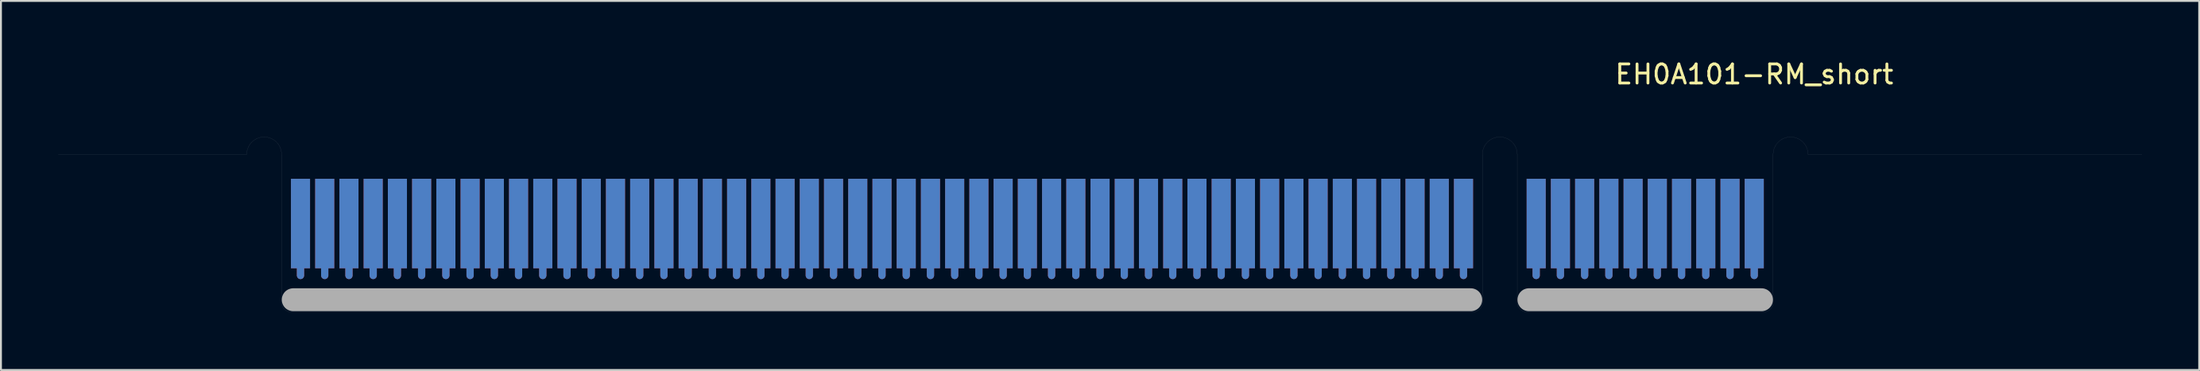
<source format=kicad_pcb>
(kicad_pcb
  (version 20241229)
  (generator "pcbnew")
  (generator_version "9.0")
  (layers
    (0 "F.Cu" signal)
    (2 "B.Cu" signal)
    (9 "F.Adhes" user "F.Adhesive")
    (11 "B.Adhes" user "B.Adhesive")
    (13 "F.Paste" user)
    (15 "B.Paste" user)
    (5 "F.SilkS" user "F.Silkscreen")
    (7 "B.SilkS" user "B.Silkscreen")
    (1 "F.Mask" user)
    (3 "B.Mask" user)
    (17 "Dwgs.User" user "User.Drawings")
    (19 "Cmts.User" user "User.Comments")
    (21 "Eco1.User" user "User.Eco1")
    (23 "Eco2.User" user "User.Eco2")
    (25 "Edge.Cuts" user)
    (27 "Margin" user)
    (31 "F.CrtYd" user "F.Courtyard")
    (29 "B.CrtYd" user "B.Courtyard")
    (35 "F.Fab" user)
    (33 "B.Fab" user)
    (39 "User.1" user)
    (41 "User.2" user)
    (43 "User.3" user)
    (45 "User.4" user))
  (footprint "EH0A101-RM_short"
    (layer "F.Cu")
    (at 88.901 5.048)
    (property "Reference" "EH0A101-RM_short" (at 0 -4.2 0) (layer "F.SilkS") (effects (font (size 1 1) (thickness 0.15))))
    (attr exclude_from_pos_files exclude_from_bom)
    (fp_poly (pts (xy 1.27 1.27) (xy 1.27 8.255) (xy -77.47 8.255) (xy -77.47 1.27)) (stroke (width 0.1) (type solid)) (fill yes) (layer "F.Mask"))
    (fp_poly (pts (xy 1.27 8.255) (xy 1.27 1.27) (xy -77.47 1.27) (xy -77.47 8.255)) (stroke (width 0.1) (type solid)) (fill yes) (layer "B.Mask"))
    (fp_line (start -79.019 0) (end -88.9 0) (stroke (width 0.003) (type solid)) (layer "Dwgs.User"))
    (fp_line (start -77.191 0) (end -77.191 7.772) (stroke (width 0.003) (type solid)) (layer "Dwgs.User"))
    (fp_line (start -14.732 8.255) (end -76.708 8.255) (stroke (width 0.003) (type solid)) (layer "Dwgs.User"))
    (fp_line (start -14.249 0) (end -14.249 7.772) (stroke (width 0.003) (type solid)) (layer "Dwgs.User"))
    (fp_line (start -12.421 0) (end -12.421 7.772) (stroke (width 0.003) (type solid)) (layer "Dwgs.User"))
    (fp_line (start 0.508 8.255) (end -11.938 8.255) (stroke (width 0.003) (type solid)) (layer "Dwgs.User"))
    (fp_line (start 0.991 0) (end 0.991 7.772) (stroke (width 0.003) (type solid)) (layer "Dwgs.User"))
    (fp_line (start 20.32 0) (end 2.819 0) (stroke (width 0.003) (type solid)) (layer "Dwgs.User"))
    (fp_arc (start -79.0194 0) (mid -78.105 -0.9144) (end -77.1906 0) (stroke (width 0.00254) (type solid)) (layer "Dwgs.User"))
    (fp_arc (start -76.708 8.255) (mid -77.04925 8.11365) (end -77.1906 7.7724) (stroke (width 0.00254) (type solid)) (layer "Dwgs.User"))
    (fp_arc (start -14.2494 0) (mid -13.335 -0.9144) (end -12.4206 0) (stroke (width 0.00254) (type solid)) (layer "Dwgs.User"))
    (fp_arc (start -14.2494 7.7724) (mid -14.39075 8.11365) (end -14.732 8.255) (stroke (width 0.00254) (type solid)) (layer "Dwgs.User"))
    (fp_arc (start -11.938 8.255) (mid -12.27925 8.11365) (end -12.4206 7.7724) (stroke (width 0.00254) (type solid)) (layer "Dwgs.User"))
    (fp_arc (start 0.9906 0) (mid 1.905 -0.9144) (end 2.8194 0) (stroke (width 0.00254) (type solid)) (layer "Dwgs.User"))
    (fp_arc (start 0.9906 7.7724) (mid 0.84925 8.11365) (end 0.508 8.255) (stroke (width 0.00254) (type solid)) (layer "Dwgs.User"))
    (fp_line (start -76.581 7.62) (end -14.859 7.62) (stroke (width 1.2) (type solid)) (layer "F.Fab"))
    (fp_line (start -11.811 7.62) (end 0.381 7.62) (stroke (width 1.2) (type solid)) (layer "F.Fab"))
    (pad "A1" smd custom (at 0 1.778) (size 1 1) (layers "F.Cu" "F.Mask") (options (anchor rect)) (primitives (gr_line (start 0 0) (end 0 4.572) (width 0.381)) (gr_poly (pts (xy -0.5 -0.5) (xy 0.5 -0.5) (xy 0.5 4.191) (xy -0.5 4.191)) (width 0) (fill yes))))
    (pad "A2" smd custom (at -2.54 1.778) (size 1 1) (layers "F.Cu" "F.Mask") (options (anchor rect)) (primitives (gr_line (start 0 0) (end 0 4.572) (width 0.381)) (gr_poly (pts (xy -0.5 -0.5) (xy 0.5 -0.5) (xy 0.5 4.191) (xy -0.5 4.191)) (width 0) (fill yes))))
    (pad "A3" smd custom (at -5.08 1.778) (size 1 1) (layers "F.Cu" "F.Mask") (options (anchor rect)) (primitives (gr_line (start 0 0) (end 0 4.572) (width 0.381)) (gr_poly (pts (xy -0.5 -0.5) (xy 0.5 -0.5) (xy 0.5 4.191) (xy -0.5 4.191)) (width 0) (fill yes))))
    (pad "A4" smd custom (at -7.62 1.778) (size 1 1) (layers "F.Cu" "F.Mask") (options (anchor rect)) (primitives (gr_line (start 0 0) (end 0 4.572) (width 0.381)) (gr_poly (pts (xy -0.5 -0.5) (xy 0.5 -0.5) (xy 0.5 4.191) (xy -0.5 4.191)) (width 0) (fill yes))))
    (pad "A5" smd custom (at -10.16 1.778) (size 1 1) (layers "F.Cu" "F.Mask") (options (anchor rect)) (primitives (gr_line (start 0 0) (end 0 4.572) (width 0.381)) (gr_poly (pts (xy -0.5 -0.5) (xy 0.5 -0.5) (xy 0.5 4.191) (xy -0.5 4.191)) (width 0) (fill yes))))
    (pad "A6" smd custom (at -15.24 1.778) (size 1 1) (layers "F.Cu" "F.Mask") (options (anchor rect)) (primitives (gr_line (start 0 0) (end 0 4.572) (width 0.381)) (gr_poly (pts (xy -0.5 -0.5) (xy 0.5 -0.5) (xy 0.5 4.191) (xy -0.5 4.191)) (width 0) (fill yes))))
    (pad "A7" smd custom (at -17.78 1.778) (size 1 1) (layers "F.Cu" "F.Mask") (options (anchor rect)) (primitives (gr_line (start 0 0) (end 0 4.572) (width 0.381)) (gr_poly (pts (xy -0.5 -0.5) (xy 0.5 -0.5) (xy 0.5 4.191) (xy -0.5 4.191)) (width 0) (fill yes))))
    (pad "A8" smd custom (at -20.32 1.778) (size 1 1) (layers "F.Cu" "F.Mask") (options (anchor rect)) (primitives (gr_line (start 0 0) (end 0 4.572) (width 0.381)) (gr_poly (pts (xy -0.5 -0.5) (xy 0.5 -0.5) (xy 0.5 4.191) (xy -0.5 4.191)) (width 0) (fill yes))))
    (pad "A9" smd custom (at -22.86 1.778) (size 1 1) (layers "F.Cu" "F.Mask") (options (anchor rect)) (primitives (gr_line (start 0 0) (end 0 4.572) (width 0.381)) (gr_poly (pts (xy -0.5 -0.5) (xy 0.5 -0.5) (xy 0.5 4.191) (xy -0.5 4.191)) (width 0) (fill yes))))
    (pad "A10" smd custom (at -25.4 1.778) (size 1 1) (layers "F.Cu" "F.Mask") (options (anchor rect)) (primitives (gr_line (start 0 0) (end 0 4.572) (width 0.381)) (gr_poly (pts (xy -0.5 -0.5) (xy 0.5 -0.5) (xy 0.5 4.191) (xy -0.5 4.191)) (width 0) (fill yes))))
    (pad "A11" smd custom (at -27.94 1.778) (size 1 1) (layers "F.Cu" "F.Mask") (options (anchor rect)) (primitives (gr_line (start 0 0) (end 0 4.572) (width 0.381)) (gr_poly (pts (xy -0.5 -0.5) (xy 0.5 -0.5) (xy 0.5 4.191) (xy -0.5 4.191)) (width 0) (fill yes))))
    (pad "A12" smd custom (at -30.48 1.778) (size 1 1) (layers "F.Cu" "F.Mask") (options (anchor rect)) (primitives (gr_line (start 0 0) (end 0 4.572) (width 0.381)) (gr_poly (pts (xy -0.5 -0.5) (xy 0.5 -0.5) (xy 0.5 4.191) (xy -0.5 4.191)) (width 0) (fill yes))))
    (pad "A13" smd custom (at -33.02 1.778) (size 1 1) (layers "F.Cu" "F.Mask") (options (anchor rect)) (primitives (gr_line (start 0 0) (end 0 4.572) (width 0.381)) (gr_poly (pts (xy -0.5 -0.5) (xy 0.5 -0.5) (xy 0.5 4.191) (xy -0.5 4.191)) (width 0) (fill yes))))
    (pad "A14" smd custom (at -35.56 1.778) (size 1 1) (layers "F.Cu" "F.Mask") (options (anchor rect)) (primitives (gr_line (start 0 0) (end 0 4.572) (width 0.381)) (gr_poly (pts (xy -0.5 -0.5) (xy 0.5 -0.5) (xy 0.5 4.191) (xy -0.5 4.191)) (width 0) (fill yes))))
    (pad "A15" smd custom (at -38.1 1.778) (size 1 1) (layers "F.Cu" "F.Mask") (options (anchor rect)) (primitives (gr_line (start 0 0) (end 0 4.572) (width 0.381)) (gr_poly (pts (xy -0.5 -0.5) (xy 0.5 -0.5) (xy 0.5 4.191) (xy -0.5 4.191)) (width 0) (fill yes))))
    (pad "A16" smd custom (at -40.64 1.778) (size 1 1) (layers "F.Cu" "F.Mask") (options (anchor rect)) (primitives (gr_line (start 0 0) (end 0 4.572) (width 0.381)) (gr_poly (pts (xy -0.5 -0.5) (xy 0.5 -0.5) (xy 0.5 4.191) (xy -0.5 4.191)) (width 0) (fill yes))))
    (pad "A17" smd custom (at -43.18 1.778) (size 1 1) (layers "F.Cu" "F.Mask") (options (anchor rect)) (primitives (gr_line (start 0 0) (end 0 4.572) (width 0.381)) (gr_poly (pts (xy -0.5 -0.5) (xy 0.5 -0.5) (xy 0.5 4.191) (xy -0.5 4.191)) (width 0) (fill yes))))
    (pad "A18" smd custom (at -45.72 1.778) (size 1 1) (layers "F.Cu" "F.Mask") (options (anchor rect)) (primitives (gr_line (start 0 0) (end 0 4.572) (width 0.381)) (gr_poly (pts (xy -0.5 -0.5) (xy 0.5 -0.5) (xy 0.5 4.191) (xy -0.5 4.191)) (width 0) (fill yes))))
    (pad "A19" smd custom (at -48.26 1.778) (size 1 1) (layers "F.Cu" "F.Mask") (options (anchor rect)) (primitives (gr_line (start 0 0) (end 0 4.572) (width 0.381)) (gr_poly (pts (xy -0.5 -0.5) (xy 0.5 -0.5) (xy 0.5 4.191) (xy -0.5 4.191)) (width 0) (fill yes))))
    (pad "A20" smd custom (at -50.8 1.778) (size 1 1) (layers "F.Cu" "F.Mask") (options (anchor rect)) (primitives (gr_line (start 0 0) (end 0 4.572) (width 0.381)) (gr_poly (pts (xy -0.5 -0.5) (xy 0.5 -0.5) (xy 0.5 4.191) (xy -0.5 4.191)) (width 0) (fill yes))))
    (pad "A21" smd custom (at -53.34 1.778) (size 1 1) (layers "F.Cu" "F.Mask") (options (anchor rect)) (primitives (gr_line (start 0 0) (end 0 4.572) (width 0.381)) (gr_poly (pts (xy -0.5 -0.5) (xy 0.5 -0.5) (xy 0.5 4.191) (xy -0.5 4.191)) (width 0) (fill yes))))
    (pad "A22" smd custom (at -55.88 1.778) (size 1 1) (layers "F.Cu" "F.Mask") (options (anchor rect)) (primitives (gr_line (start 0 0) (end 0 4.572) (width 0.381)) (gr_poly (pts (xy -0.5 -0.5) (xy 0.5 -0.5) (xy 0.5 4.191) (xy -0.5 4.191)) (width 0) (fill yes))))
    (pad "A23" smd custom (at -58.42 1.778) (size 1 1) (layers "F.Cu" "F.Mask") (options (anchor rect)) (primitives (gr_line (start 0 0) (end 0 4.572) (width 0.381)) (gr_poly (pts (xy -0.5 -0.5) (xy 0.5 -0.5) (xy 0.5 4.191) (xy -0.5 4.191)) (width 0) (fill yes))))
    (pad "A24" smd custom (at -60.96 1.778) (size 1 1) (layers "F.Cu" "F.Mask") (options (anchor rect)) (primitives (gr_line (start 0 0) (end 0 4.572) (width 0.381)) (gr_poly (pts (xy -0.5 -0.5) (xy 0.5 -0.5) (xy 0.5 4.191) (xy -0.5 4.191)) (width 0) (fill yes))))
    (pad "A25" smd custom (at -63.5 1.778) (size 1 1) (layers "F.Cu" "F.Mask") (options (anchor rect)) (primitives (gr_line (start 0 0) (end 0 4.572) (width 0.381)) (gr_poly (pts (xy -0.5 -0.5) (xy 0.5 -0.5) (xy 0.5 4.191) (xy -0.5 4.191)) (width 0) (fill yes))))
    (pad "A26" smd custom (at -66.04 1.778) (size 1 1) (layers "F.Cu" "F.Mask") (options (anchor rect)) (primitives (gr_line (start 0 0) (end 0 4.572) (width 0.381)) (gr_poly (pts (xy -0.5 -0.5) (xy 0.5 -0.5) (xy 0.5 4.191) (xy -0.5 4.191)) (width 0) (fill yes))))
    (pad "A27" smd custom (at -68.58 1.778) (size 1 1) (layers "F.Cu" "F.Mask") (options (anchor rect)) (primitives (gr_line (start 0 0) (end 0 4.572) (width 0.381)) (gr_poly (pts (xy -0.5 -0.5) (xy 0.5 -0.5) (xy 0.5 4.191) (xy -0.5 4.191)) (width 0) (fill yes))))
    (pad "A28" smd custom (at -71.12 1.778) (size 1 1) (layers "F.Cu" "F.Mask") (options (anchor rect)) (primitives (gr_line (start 0 0) (end 0 4.572) (width 0.381)) (gr_poly (pts (xy -0.5 -0.5) (xy 0.5 -0.5) (xy 0.5 4.191) (xy -0.5 4.191)) (width 0) (fill yes))))
    (pad "A29" smd custom (at -73.66 1.778) (size 1 1) (layers "F.Cu" "F.Mask") (options (anchor rect)) (primitives (gr_line (start 0 0) (end 0 4.572) (width 0.381)) (gr_poly (pts (xy -0.5 -0.5) (xy 0.5 -0.5) (xy 0.5 4.191) (xy -0.5 4.191)) (width 0) (fill yes))))
    (pad "A30" smd custom (at -76.2 1.778) (size 1 1) (layers "F.Cu" "F.Mask") (options (anchor rect)) (primitives (gr_line (start 0 0) (end 0 4.572) (width 0.381)) (gr_poly (pts (xy -0.5 -0.5) (xy 0.5 -0.5) (xy 0.5 4.191) (xy -0.5 4.191)) (width 0) (fill yes))))
    (pad "B1" smd custom (at -1.27 1.778) (size 1 1) (layers "B.Cu" "B.Mask") (options (anchor rect)) (primitives (gr_line (start 0 0) (end 0 4.572) (width 0.381)) (gr_poly (pts (xy -0.5 -0.5) (xy 0.5 -0.5) (xy 0.5 4.191) (xy -0.5 4.191)) (width 0) (fill yes))))
    (pad "B2" smd custom (at -3.81 1.778) (size 1 1) (layers "B.Cu" "B.Mask") (options (anchor rect)) (primitives (gr_line (start 0 0) (end 0 4.572) (width 0.381)) (gr_poly (pts (xy -0.5 -0.5) (xy 0.5 -0.5) (xy 0.5 4.191) (xy -0.5 4.191)) (width 0) (fill yes))))
    (pad "B3" smd custom (at -6.35 1.778) (size 1 1) (layers "B.Cu" "B.Mask") (options (anchor rect)) (primitives (gr_line (start 0 0) (end 0 4.572) (width 0.381)) (gr_poly (pts (xy -0.5 -0.5) (xy 0.5 -0.5) (xy 0.5 4.191) (xy -0.5 4.191)) (width 0) (fill yes))))
    (pad "B4" smd custom (at -8.89 1.778) (size 1 1) (layers "B.Cu" "B.Mask") (options (anchor rect)) (primitives (gr_line (start 0 0) (end 0 4.572) (width 0.381)) (gr_poly (pts (xy -0.5 -0.5) (xy 0.5 -0.5) (xy 0.5 4.191) (xy -0.5 4.191)) (width 0) (fill yes))))
    (pad "B5" smd custom (at -11.43 1.778) (size 1 1) (layers "B.Cu" "B.Mask") (options (anchor rect)) (primitives (gr_line (start 0 0) (end 0 4.572) (width 0.381)) (gr_poly (pts (xy -0.5 -0.5) (xy 0.5 -0.5) (xy 0.5 4.191) (xy -0.5 4.191)) (width 0) (fill yes))))
    (pad "B6" smd custom (at -16.51 1.778) (size 1 1) (layers "B.Cu" "B.Mask") (options (anchor rect)) (primitives (gr_line (start 0 0) (end 0 4.572) (width 0.381)) (gr_poly (pts (xy -0.5 -0.5) (xy 0.5 -0.5) (xy 0.5 4.191) (xy -0.5 4.191)) (width 0) (fill yes))))
    (pad "B7" smd custom (at -19.05 1.778) (size 1 1) (layers "B.Cu" "B.Mask") (options (anchor rect)) (primitives (gr_line (start 0 0) (end 0 4.572) (width 0.381)) (gr_poly (pts (xy -0.5 -0.5) (xy 0.5 -0.5) (xy 0.5 4.191) (xy -0.5 4.191)) (width 0) (fill yes))))
    (pad "B8" smd custom (at -21.59 1.778) (size 1 1) (layers "B.Cu" "B.Mask") (options (anchor rect)) (primitives (gr_line (start 0 0) (end 0 4.572) (width 0.381)) (gr_poly (pts (xy -0.5 -0.5) (xy 0.5 -0.5) (xy 0.5 4.191) (xy -0.5 4.191)) (width 0) (fill yes))))
    (pad "B9" smd custom (at -24.13 1.778) (size 1 1) (layers "B.Cu" "B.Mask") (options (anchor rect)) (primitives (gr_line (start 0 0) (end 0 4.572) (width 0.381)) (gr_poly (pts (xy -0.5 -0.5) (xy 0.5 -0.5) (xy 0.5 4.191) (xy -0.5 4.191)) (width 0) (fill yes))))
    (pad "B10" smd custom (at -26.67 1.778) (size 1 1) (layers "B.Cu" "B.Mask") (options (anchor rect)) (primitives (gr_line (start 0 0) (end 0 4.572) (width 0.381)) (gr_poly (pts (xy -0.5 -0.5) (xy 0.5 -0.5) (xy 0.5 4.191) (xy -0.5 4.191)) (width 0) (fill yes))))
    (pad "B11" smd custom (at -29.21 1.778) (size 1 1) (layers "B.Cu" "B.Mask") (options (anchor rect)) (primitives (gr_line (start 0 0) (end 0 4.572) (width 0.381)) (gr_poly (pts (xy -0.5 -0.5) (xy 0.5 -0.5) (xy 0.5 4.191) (xy -0.5 4.191)) (width 0) (fill yes))))
    (pad "B12" smd custom (at -31.75 1.778) (size 1 1) (layers "B.Cu" "B.Mask") (options (anchor rect)) (primitives (gr_line (start 0 0) (end 0 4.572) (width 0.381)) (gr_poly (pts (xy -0.5 -0.5) (xy 0.5 -0.5) (xy 0.5 4.191) (xy -0.5 4.191)) (width 0) (fill yes))))
    (pad "B13" smd custom (at -34.29 1.778) (size 1 1) (layers "B.Cu" "B.Mask") (options (anchor rect)) (primitives (gr_line (start 0 0) (end 0 4.572) (width 0.381)) (gr_poly (pts (xy -0.5 -0.5) (xy 0.5 -0.5) (xy 0.5 4.191) (xy -0.5 4.191)) (width 0) (fill yes))))
    (pad "B14" smd custom (at -36.83 1.778) (size 1 1) (layers "B.Cu" "B.Mask") (options (anchor rect)) (primitives (gr_line (start 0 0) (end 0 4.572) (width 0.381)) (gr_poly (pts (xy -0.5 -0.5) (xy 0.5 -0.5) (xy 0.5 4.191) (xy -0.5 4.191)) (width 0) (fill yes))))
    (pad "B15" smd custom (at -39.37 1.778) (size 1 1) (layers "B.Cu" "B.Mask") (options (anchor rect)) (primitives (gr_line (start 0 0) (end 0 4.572) (width 0.381)) (gr_poly (pts (xy -0.5 -0.5) (xy 0.5 -0.5) (xy 0.5 4.191) (xy -0.5 4.191)) (width 0) (fill yes))))
    (pad "B16" smd custom (at -41.91 1.778) (size 1 1) (layers "B.Cu" "B.Mask") (options (anchor rect)) (primitives (gr_line (start 0 0) (end 0 4.572) (width 0.381)) (gr_poly (pts (xy -0.5 -0.5) (xy 0.5 -0.5) (xy 0.5 4.191) (xy -0.5 4.191)) (width 0) (fill yes))))
    (pad "B17" smd custom (at -44.45 1.778) (size 1 1) (layers "B.Cu" "B.Mask") (options (anchor rect)) (primitives (gr_line (start 0 0) (end 0 4.572) (width 0.381)) (gr_poly (pts (xy -0.5 -0.5) (xy 0.5 -0.5) (xy 0.5 4.191) (xy -0.5 4.191)) (width 0) (fill yes))))
    (pad "B18" smd custom (at -46.99 1.778) (size 1 1) (layers "B.Cu" "B.Mask") (options (anchor rect)) (primitives (gr_line (start 0 0) (end 0 4.572) (width 0.381)) (gr_poly (pts (xy -0.5 -0.5) (xy 0.5 -0.5) (xy 0.5 4.191) (xy -0.5 4.191)) (width 0) (fill yes))))
    (pad "B19" smd custom (at -49.53 1.778) (size 1 1) (layers "B.Cu" "B.Mask") (options (anchor rect)) (primitives (gr_line (start 0 0) (end 0 4.572) (width 0.381)) (gr_poly (pts (xy -0.5 -0.5) (xy 0.5 -0.5) (xy 0.5 4.191) (xy -0.5 4.191)) (width 0) (fill yes))))
    (pad "B20" smd custom (at -52.07 1.778) (size 1 1) (layers "B.Cu" "B.Mask") (options (anchor rect)) (primitives (gr_line (start 0 0) (end 0 4.572) (width 0.381)) (gr_poly (pts (xy -0.5 -0.5) (xy 0.5 -0.5) (xy 0.5 4.191) (xy -0.5 4.191)) (width 0) (fill yes))))
    (pad "B21" smd custom (at -54.61 1.778) (size 1 1) (layers "B.Cu" "B.Mask") (options (anchor rect)) (primitives (gr_line (start 0 0) (end 0 4.572) (width 0.381)) (gr_poly (pts (xy -0.5 -0.5) (xy 0.5 -0.5) (xy 0.5 4.191) (xy -0.5 4.191)) (width 0) (fill yes))))
    (pad "B22" smd custom (at -57.15 1.778) (size 1 1) (layers "B.Cu" "B.Mask") (options (anchor rect)) (primitives (gr_line (start 0 0) (end 0 4.572) (width 0.381)) (gr_poly (pts (xy -0.5 -0.5) (xy 0.5 -0.5) (xy 0.5 4.191) (xy -0.5 4.191)) (width 0) (fill yes))))
    (pad "B23" smd custom (at -59.69 1.778) (size 1 1) (layers "B.Cu" "B.Mask") (options (anchor rect)) (primitives (gr_line (start 0 0) (end 0 4.572) (width 0.381)) (gr_poly (pts (xy -0.5 -0.5) (xy 0.5 -0.5) (xy 0.5 4.191) (xy -0.5 4.191)) (width 0) (fill yes))))
    (pad "B24" smd custom (at -62.23 1.778) (size 1 1) (layers "B.Cu" "B.Mask") (options (anchor rect)) (primitives (gr_line (start 0 0) (end 0 4.572) (width 0.381)) (gr_poly (pts (xy -0.5 -0.5) (xy 0.5 -0.5) (xy 0.5 4.191) (xy -0.5 4.191)) (width 0) (fill yes))))
    (pad "B25" smd custom (at -64.77 1.778) (size 1 1) (layers "B.Cu" "B.Mask") (options (anchor rect)) (primitives (gr_line (start 0 0) (end 0 4.572) (width 0.381)) (gr_poly (pts (xy -0.5 -0.5) (xy 0.5 -0.5) (xy 0.5 4.191) (xy -0.5 4.191)) (width 0) (fill yes))))
    (pad "B26" smd custom (at -67.31 1.778) (size 1 1) (layers "B.Cu" "B.Mask") (options (anchor rect)) (primitives (gr_line (start 0 0) (end 0 4.572) (width 0.381)) (gr_poly (pts (xy -0.5 -0.5) (xy 0.5 -0.5) (xy 0.5 4.191) (xy -0.5 4.191)) (width 0) (fill yes))))
    (pad "B27" smd custom (at -69.85 1.778) (size 1 1) (layers "B.Cu" "B.Mask") (options (anchor rect)) (primitives (gr_line (start 0 0) (end 0 4.572) (width 0.381)) (gr_poly (pts (xy -0.5 -0.5) (xy 0.5 -0.5) (xy 0.5 4.191) (xy -0.5 4.191)) (width 0) (fill yes))))
    (pad "B28" smd custom (at -72.39 1.778) (size 1 1) (layers "B.Cu" "B.Mask") (options (anchor rect)) (primitives (gr_line (start 0 0) (end 0 4.572) (width 0.381)) (gr_poly (pts (xy -0.5 -0.5) (xy 0.5 -0.5) (xy 0.5 4.191) (xy -0.5 4.191)) (width 0) (fill yes))))
    (pad "B29" smd custom (at -74.93 1.778) (size 1 1) (layers "B.Cu" "B.Mask") (options (anchor rect)) (primitives (gr_line (start 0 0) (end 0 4.572) (width 0.381)) (gr_poly (pts (xy -0.5 -0.5) (xy 0.5 -0.5) (xy 0.5 4.191) (xy -0.5 4.191)) (width 0) (fill yes))))
    (pad "GA1" smd custom (at 0 1.778) (size 1 1) (layers "B.Cu" "B.Mask") (options (anchor rect)) (primitives (gr_line (start 0 0) (end 0 4.572) (width 0.381)) (gr_poly (pts (xy -0.5 -0.5) (xy 0.5 -0.5) (xy 0.5 4.191) (xy -0.5 4.191)) (width 0) (fill yes))))
    (pad "GA2" smd custom (at -2.54 1.778) (size 1 1) (layers "B.Cu" "B.Mask") (options (anchor rect)) (primitives (gr_line (start 0 0) (end 0 4.572) (width 0.381)) (gr_poly (pts (xy -0.5 -0.5) (xy 0.5 -0.5) (xy 0.5 4.191) (xy -0.5 4.191)) (width 0) (fill yes))))
    (pad "GA3" smd custom (at -5.08 1.778) (size 1 1) (layers "B.Cu" "B.Mask") (options (anchor rect)) (primitives (gr_line (start 0 0) (end 0 4.572) (width 0.381)) (gr_poly (pts (xy -0.5 -0.5) (xy 0.5 -0.5) (xy 0.5 4.191) (xy -0.5 4.191)) (width 0) (fill yes))))
    (pad "GA4" smd custom (at -7.62 1.778) (size 1 1) (layers "B.Cu" "B.Mask") (options (anchor rect)) (primitives (gr_line (start 0 0) (end 0 4.572) (width 0.381)) (gr_poly (pts (xy -0.5 -0.5) (xy 0.5 -0.5) (xy 0.5 4.191) (xy -0.5 4.191)) (width 0) (fill yes))))
    (pad "GA5" smd custom (at -10.16 1.778) (size 1 1) (layers "B.Cu" "B.Mask") (options (anchor rect)) (primitives (gr_line (start 0 0) (end 0 4.572) (width 0.381)) (gr_poly (pts (xy -0.5 -0.5) (xy 0.5 -0.5) (xy 0.5 4.191) (xy -0.5 4.191)) (width 0) (fill yes))))
    (pad "GA6" smd custom (at -15.24 1.778) (size 1 1) (layers "B.Cu" "B.Mask") (options (anchor rect)) (primitives (gr_line (start 0 0) (end 0 4.572) (width 0.381)) (gr_poly (pts (xy -0.5 -0.5) (xy 0.5 -0.5) (xy 0.5 4.191) (xy -0.5 4.191)) (width 0) (fill yes))))
    (pad "GA7" smd custom (at -17.78 1.778) (size 1 1) (layers "B.Cu" "B.Mask") (options (anchor rect)) (primitives (gr_line (start 0 0) (end 0 4.572) (width 0.381)) (gr_poly (pts (xy -0.5 -0.5) (xy 0.5 -0.5) (xy 0.5 4.191) (xy -0.5 4.191)) (width 0) (fill yes))))
    (pad "GA8" smd custom (at -20.32 1.778) (size 1 1) (layers "B.Cu" "B.Mask") (options (anchor rect)) (primitives (gr_line (start 0 0) (end 0 4.572) (width 0.381)) (gr_poly (pts (xy -0.5 -0.5) (xy 0.5 -0.5) (xy 0.5 4.191) (xy -0.5 4.191)) (width 0) (fill yes))))
    (pad "GA9" smd custom (at -22.86 1.778) (size 1 1) (layers "B.Cu" "B.Mask") (options (anchor rect)) (primitives (gr_line (start 0 0) (end 0 4.572) (width 0.381)) (gr_poly (pts (xy -0.5 -0.5) (xy 0.5 -0.5) (xy 0.5 4.191) (xy -0.5 4.191)) (width 0) (fill yes))))
    (pad "GA10" smd custom (at -25.4 1.778) (size 1 1) (layers "B.Cu" "B.Mask") (options (anchor rect)) (primitives (gr_line (start 0 0) (end 0 4.572) (width 0.381)) (gr_poly (pts (xy -0.5 -0.5) (xy 0.5 -0.5) (xy 0.5 4.191) (xy -0.5 4.191)) (width 0) (fill yes))))
    (pad "GA11" smd custom (at -27.94 1.778) (size 1 1) (layers "B.Cu" "B.Mask") (options (anchor rect)) (primitives (gr_line (start 0 0) (end 0 4.572) (width 0.381)) (gr_poly (pts (xy -0.5 -0.5) (xy 0.5 -0.5) (xy 0.5 4.191) (xy -0.5 4.191)) (width 0) (fill yes))))
    (pad "GA12" smd custom (at -30.48 1.778) (size 1 1) (layers "B.Cu" "B.Mask") (options (anchor rect)) (primitives (gr_line (start 0 0) (end 0 4.572) (width 0.381)) (gr_poly (pts (xy -0.5 -0.5) (xy 0.5 -0.5) (xy 0.5 4.191) (xy -0.5 4.191)) (width 0) (fill yes))))
    (pad "GA13" smd custom (at -33.02 1.778) (size 1 1) (layers "B.Cu" "B.Mask") (options (anchor rect)) (primitives (gr_line (start 0 0) (end 0 4.572) (width 0.381)) (gr_poly (pts (xy -0.5 -0.5) (xy 0.5 -0.5) (xy 0.5 4.191) (xy -0.5 4.191)) (width 0) (fill yes))))
    (pad "GA14" smd custom (at -35.56 1.778) (size 1 1) (layers "B.Cu" "B.Mask") (options (anchor rect)) (primitives (gr_line (start 0 0) (end 0 4.572) (width 0.381)) (gr_poly (pts (xy -0.5 -0.5) (xy 0.5 -0.5) (xy 0.5 4.191) (xy -0.5 4.191)) (width 0) (fill yes))))
    (pad "GA15" smd custom (at -38.1 1.778) (size 1 1) (layers "B.Cu" "B.Mask") (options (anchor rect)) (primitives (gr_line (start 0 0) (end 0 4.572) (width 0.381)) (gr_poly (pts (xy -0.5 -0.5) (xy 0.5 -0.5) (xy 0.5 4.191) (xy -0.5 4.191)) (width 0) (fill yes))))
    (pad "GA16" smd custom (at -40.64 1.778) (size 1 1) (layers "B.Cu" "B.Mask") (options (anchor rect)) (primitives (gr_line (start 0 0) (end 0 4.572) (width 0.381)) (gr_poly (pts (xy -0.5 -0.5) (xy 0.5 -0.5) (xy 0.5 4.191) (xy -0.5 4.191)) (width 0) (fill yes))))
    (pad "GA17" smd custom (at -43.18 1.778) (size 1 1) (layers "B.Cu" "B.Mask") (options (anchor rect)) (primitives (gr_line (start 0 0) (end 0 4.572) (width 0.381)) (gr_poly (pts (xy -0.5 -0.5) (xy 0.5 -0.5) (xy 0.5 4.191) (xy -0.5 4.191)) (width 0) (fill yes))))
    (pad "GA18" smd custom (at -45.72 1.778) (size 1 1) (layers "B.Cu" "B.Mask") (options (anchor rect)) (primitives (gr_line (start 0 0) (end 0 4.572) (width 0.381)) (gr_poly (pts (xy -0.5 -0.5) (xy 0.5 -0.5) (xy 0.5 4.191) (xy -0.5 4.191)) (width 0) (fill yes))))
    (pad "GA19" smd custom (at -48.26 1.778) (size 1 1) (layers "B.Cu" "B.Mask") (options (anchor rect)) (primitives (gr_line (start 0 0) (end 0 4.572) (width 0.381)) (gr_poly (pts (xy -0.5 -0.5) (xy 0.5 -0.5) (xy 0.5 4.191) (xy -0.5 4.191)) (width 0) (fill yes))))
    (pad "GA20" smd custom (at -50.8 1.778) (size 1 1) (layers "B.Cu" "B.Mask") (options (anchor rect)) (primitives (gr_line (start 0 0) (end 0 4.572) (width 0.381)) (gr_poly (pts (xy -0.5 -0.5) (xy 0.5 -0.5) (xy 0.5 4.191) (xy -0.5 4.191)) (width 0) (fill yes))))
    (pad "GA21" smd custom (at -53.34 1.778) (size 1 1) (layers "B.Cu" "B.Mask") (options (anchor rect)) (primitives (gr_line (start 0 0) (end 0 4.572) (width 0.381)) (gr_poly (pts (xy -0.5 -0.5) (xy 0.5 -0.5) (xy 0.5 4.191) (xy -0.5 4.191)) (width 0) (fill yes))))
    (pad "GA22" smd custom (at -55.88 1.778) (size 1 1) (layers "B.Cu" "B.Mask") (options (anchor rect)) (primitives (gr_line (start 0 0) (end 0 4.572) (width 0.381)) (gr_poly (pts (xy -0.5 -0.5) (xy 0.5 -0.5) (xy 0.5 4.191) (xy -0.5 4.191)) (width 0) (fill yes))))
    (pad "GA23" smd custom (at -58.42 1.778) (size 1 1) (layers "B.Cu" "B.Mask") (options (anchor rect)) (primitives (gr_line (start 0 0) (end 0 4.572) (width 0.381)) (gr_poly (pts (xy -0.5 -0.5) (xy 0.5 -0.5) (xy 0.5 4.191) (xy -0.5 4.191)) (width 0) (fill yes))))
    (pad "GA24" smd custom (at -60.96 1.778) (size 1 1) (layers "B.Cu" "B.Mask") (options (anchor rect)) (primitives (gr_line (start 0 0) (end 0 4.572) (width 0.381)) (gr_poly (pts (xy -0.5 -0.5) (xy 0.5 -0.5) (xy 0.5 4.191) (xy -0.5 4.191)) (width 0) (fill yes))))
    (pad "GA25" smd custom (at -63.5 1.778) (size 1 1) (layers "B.Cu" "B.Mask") (options (anchor rect)) (primitives (gr_line (start 0 0) (end 0 4.572) (width 0.381)) (gr_poly (pts (xy -0.5 -0.5) (xy 0.5 -0.5) (xy 0.5 4.191) (xy -0.5 4.191)) (width 0) (fill yes))))
    (pad "GA26" smd custom (at -66.04 1.778) (size 1 1) (layers "B.Cu" "B.Mask") (options (anchor rect)) (primitives (gr_line (start 0 0) (end 0 4.572) (width 0.381)) (gr_poly (pts (xy -0.5 -0.5) (xy 0.5 -0.5) (xy 0.5 4.191) (xy -0.5 4.191)) (width 0) (fill yes))))
    (pad "GA27" smd custom (at -68.58 1.778) (size 1 1) (layers "B.Cu" "B.Mask") (options (anchor rect)) (primitives (gr_line (start 0 0) (end 0 4.572) (width 0.381)) (gr_poly (pts (xy -0.5 -0.5) (xy 0.5 -0.5) (xy 0.5 4.191) (xy -0.5 4.191)) (width 0) (fill yes))))
    (pad "GA28" smd custom (at -71.12 1.778) (size 1 1) (layers "B.Cu" "B.Mask") (options (anchor rect)) (primitives (gr_line (start 0 0) (end 0 4.572) (width 0.381)) (gr_poly (pts (xy -0.5 -0.5) (xy 0.5 -0.5) (xy 0.5 4.191) (xy -0.5 4.191)) (width 0) (fill yes))))
    (pad "GA29" smd custom (at -73.66 1.778) (size 1 1) (layers "B.Cu" "B.Mask") (options (anchor rect)) (primitives (gr_line (start 0 0) (end 0 4.572) (width 0.381)) (gr_poly (pts (xy -0.5 -0.5) (xy 0.5 -0.5) (xy 0.5 4.191) (xy -0.5 4.191)) (width 0) (fill yes))))
    (pad "GA30" smd custom (at -76.2 1.778) (size 1 1) (layers "B.Cu" "B.Mask") (options (anchor rect)) (primitives (gr_line (start 0 0) (end 0 4.572) (width 0.381)) (gr_poly (pts (xy -0.5 -0.5) (xy 0.5 -0.5) (xy 0.5 4.191) (xy -0.5 4.191)) (width 0) (fill yes))))
    (pad "GB1" smd custom (at -1.27 1.778) (size 1 1) (layers "F.Cu" "F.Mask") (options (anchor rect)) (primitives (gr_line (start 0 0) (end 0 4.572) (width 0.381)) (gr_poly (pts (xy -0.5 -0.5) (xy 0.5 -0.5) (xy 0.5 4.191) (xy -0.5 4.191)) (width 0) (fill yes))))
    (pad "GB2" smd custom (at -3.81 1.778) (size 1 1) (layers "F.Cu" "F.Mask") (options (anchor rect)) (primitives (gr_line (start 0 0) (end 0 4.572) (width 0.381)) (gr_poly (pts (xy -0.5 -0.5) (xy 0.5 -0.5) (xy 0.5 4.191) (xy -0.5 4.191)) (width 0) (fill yes))))
    (pad "GB3" smd custom (at -6.35 1.778) (size 1 1) (layers "F.Cu" "F.Mask") (options (anchor rect)) (primitives (gr_line (start 0 0) (end 0 4.572) (width 0.381)) (gr_poly (pts (xy -0.5 -0.5) (xy 0.5 -0.5) (xy 0.5 4.191) (xy -0.5 4.191)) (width 0) (fill yes))))
    (pad "GB4" smd custom (at -8.89 1.778) (size 1 1) (layers "F.Cu" "F.Mask") (options (anchor rect)) (primitives (gr_line (start 0 0) (end 0 4.572) (width 0.381)) (gr_poly (pts (xy -0.5 -0.5) (xy 0.5 -0.5) (xy 0.5 4.191) (xy -0.5 4.191)) (width 0) (fill yes))))
    (pad "GB5" smd custom (at -11.43 1.778) (size 1 1) (layers "F.Cu" "F.Mask") (options (anchor rect)) (primitives (gr_line (start 0 0) (end 0 4.572) (width 0.381)) (gr_poly (pts (xy -0.5 -0.5) (xy 0.5 -0.5) (xy 0.5 4.191) (xy -0.5 4.191)) (width 0) (fill yes))))
    (pad "GB6" smd custom (at -16.51 1.778) (size 1 1) (layers "F.Cu" "F.Mask") (options (anchor rect)) (primitives (gr_line (start 0 0) (end 0 4.572) (width 0.381)) (gr_poly (pts (xy -0.5 -0.5) (xy 0.5 -0.5) (xy 0.5 4.191) (xy -0.5 4.191)) (width 0) (fill yes))))
    (pad "GB7" smd custom (at -19.05 1.778) (size 1 1) (layers "F.Cu" "F.Mask") (options (anchor rect)) (primitives (gr_line (start 0 0) (end 0 4.572) (width 0.381)) (gr_poly (pts (xy -0.5 -0.5) (xy 0.5 -0.5) (xy 0.5 4.191) (xy -0.5 4.191)) (width 0) (fill yes))))
    (pad "GB8" smd custom (at -21.59 1.778) (size 1 1) (layers "F.Cu" "F.Mask") (options (anchor rect)) (primitives (gr_line (start 0 0) (end 0 4.572) (width 0.381)) (gr_poly (pts (xy -0.5 -0.5) (xy 0.5 -0.5) (xy 0.5 4.191) (xy -0.5 4.191)) (width 0) (fill yes))))
    (pad "GB9" smd custom (at -24.13 1.778) (size 1 1) (layers "F.Cu" "F.Mask") (options (anchor rect)) (primitives (gr_line (start 0 0) (end 0 4.572) (width 0.381)) (gr_poly (pts (xy -0.5 -0.5) (xy 0.5 -0.5) (xy 0.5 4.191) (xy -0.5 4.191)) (width 0) (fill yes))))
    (pad "GB10" smd custom (at -26.67 1.778) (size 1 1) (layers "F.Cu" "F.Mask") (options (anchor rect)) (primitives (gr_line (start 0 0) (end 0 4.572) (width 0.381)) (gr_poly (pts (xy -0.5 -0.5) (xy 0.5 -0.5) (xy 0.5 4.191) (xy -0.5 4.191)) (width 0) (fill yes))))
    (pad "GB11" smd custom (at -29.21 1.778) (size 1 1) (layers "F.Cu" "F.Mask") (options (anchor rect)) (primitives (gr_line (start 0 0) (end 0 4.572) (width 0.381)) (gr_poly (pts (xy -0.5 -0.5) (xy 0.5 -0.5) (xy 0.5 4.191) (xy -0.5 4.191)) (width 0) (fill yes))))
    (pad "GB12" smd custom (at -31.75 1.778) (size 1 1) (layers "F.Cu" "F.Mask") (options (anchor rect)) (primitives (gr_line (start 0 0) (end 0 4.572) (width 0.381)) (gr_poly (pts (xy -0.5 -0.5) (xy 0.5 -0.5) (xy 0.5 4.191) (xy -0.5 4.191)) (width 0) (fill yes))))
    (pad "GB13" smd custom (at -34.29 1.778) (size 1 1) (layers "F.Cu" "F.Mask") (options (anchor rect)) (primitives (gr_line (start 0 0) (end 0 4.572) (width 0.381)) (gr_poly (pts (xy -0.5 -0.5) (xy 0.5 -0.5) (xy 0.5 4.191) (xy -0.5 4.191)) (width 0) (fill yes))))
    (pad "GB14" smd custom (at -36.83 1.778) (size 1 1) (layers "F.Cu" "F.Mask") (options (anchor rect)) (primitives (gr_line (start 0 0) (end 0 4.572) (width 0.381)) (gr_poly (pts (xy -0.5 -0.5) (xy 0.5 -0.5) (xy 0.5 4.191) (xy -0.5 4.191)) (width 0) (fill yes))))
    (pad "GB15" smd custom (at -39.37 1.778) (size 1 1) (layers "F.Cu" "F.Mask") (options (anchor rect)) (primitives (gr_line (start 0 0) (end 0 4.572) (width 0.381)) (gr_poly (pts (xy -0.5 -0.5) (xy 0.5 -0.5) (xy 0.5 4.191) (xy -0.5 4.191)) (width 0) (fill yes))))
    (pad "GB16" smd custom (at -41.91 1.778) (size 1 1) (layers "F.Cu" "F.Mask") (options (anchor rect)) (primitives (gr_line (start 0 0) (end 0 4.572) (width 0.381)) (gr_poly (pts (xy -0.5 -0.5) (xy 0.5 -0.5) (xy 0.5 4.191) (xy -0.5 4.191)) (width 0) (fill yes))))
    (pad "GB17" smd custom (at -44.45 1.778) (size 1 1) (layers "F.Cu" "F.Mask") (options (anchor rect)) (primitives (gr_line (start 0 0) (end 0 4.572) (width 0.381)) (gr_poly (pts (xy -0.5 -0.5) (xy 0.5 -0.5) (xy 0.5 4.191) (xy -0.5 4.191)) (width 0) (fill yes))))
    (pad "GB18" smd custom (at -46.99 1.778) (size 1 1) (layers "F.Cu" "F.Mask") (options (anchor rect)) (primitives (gr_line (start 0 0) (end 0 4.572) (width 0.381)) (gr_poly (pts (xy -0.5 -0.5) (xy 0.5 -0.5) (xy 0.5 4.191) (xy -0.5 4.191)) (width 0) (fill yes))))
    (pad "GB19" smd custom (at -49.53 1.778) (size 1 1) (layers "F.Cu" "F.Mask") (options (anchor rect)) (primitives (gr_line (start 0 0) (end 0 4.572) (width 0.381)) (gr_poly (pts (xy -0.5 -0.5) (xy 0.5 -0.5) (xy 0.5 4.191) (xy -0.5 4.191)) (width 0) (fill yes))))
    (pad "GB20" smd custom (at -52.07 1.778) (size 1 1) (layers "F.Cu" "F.Mask") (options (anchor rect)) (primitives (gr_line (start 0 0) (end 0 4.572) (width 0.381)) (gr_poly (pts (xy -0.5 -0.5) (xy 0.5 -0.5) (xy 0.5 4.191) (xy -0.5 4.191)) (width 0) (fill yes))))
    (pad "GB21" smd custom (at -54.61 1.778) (size 1 1) (layers "F.Cu" "F.Mask") (options (anchor rect)) (primitives (gr_line (start 0 0) (end 0 4.572) (width 0.381)) (gr_poly (pts (xy -0.5 -0.5) (xy 0.5 -0.5) (xy 0.5 4.191) (xy -0.5 4.191)) (width 0) (fill yes))))
    (pad "GB22" smd custom (at -57.15 1.778) (size 1 1) (layers "F.Cu" "F.Mask") (options (anchor rect)) (primitives (gr_line (start 0 0) (end 0 4.572) (width 0.381)) (gr_poly (pts (xy -0.5 -0.5) (xy 0.5 -0.5) (xy 0.5 4.191) (xy -0.5 4.191)) (width 0) (fill yes))))
    (pad "GB23" smd custom (at -59.69 1.778) (size 1 1) (layers "F.Cu" "F.Mask") (options (anchor rect)) (primitives (gr_line (start 0 0) (end 0 4.572) (width 0.381)) (gr_poly (pts (xy -0.5 -0.5) (xy 0.5 -0.5) (xy 0.5 4.191) (xy -0.5 4.191)) (width 0) (fill yes))))
    (pad "GB24" smd custom (at -62.23 1.778) (size 1 1) (layers "F.Cu" "F.Mask") (options (anchor rect)) (primitives (gr_line (start 0 0) (end 0 4.572) (width 0.381)) (gr_poly (pts (xy -0.5 -0.5) (xy 0.5 -0.5) (xy 0.5 4.191) (xy -0.5 4.191)) (width 0) (fill yes))))
    (pad "GB25" smd custom (at -64.77 1.778) (size 1 1) (layers "F.Cu" "F.Mask") (options (anchor rect)) (primitives (gr_line (start 0 0) (end 0 4.572) (width 0.381)) (gr_poly (pts (xy -0.5 -0.5) (xy 0.5 -0.5) (xy 0.5 4.191) (xy -0.5 4.191)) (width 0) (fill yes))))
    (pad "GB26" smd custom (at -67.31 1.778) (size 1 1) (layers "F.Cu" "F.Mask") (options (anchor rect)) (primitives (gr_line (start 0 0) (end 0 4.572) (width 0.381)) (gr_poly (pts (xy -0.5 -0.5) (xy 0.5 -0.5) (xy 0.5 4.191) (xy -0.5 4.191)) (width 0) (fill yes))))
    (pad "GB27" smd custom (at -69.85 1.778) (size 1 1) (layers "F.Cu" "F.Mask") (options (anchor rect)) (primitives (gr_line (start 0 0) (end 0 4.572) (width 0.381)) (gr_poly (pts (xy -0.5 -0.5) (xy 0.5 -0.5) (xy 0.5 4.191) (xy -0.5 4.191)) (width 0) (fill yes))))
    (pad "GB28" smd custom (at -72.39 1.778) (size 1 1) (layers "F.Cu" "F.Mask") (options (anchor rect)) (primitives (gr_line (start 0 0) (end 0 4.572) (width 0.381)) (gr_poly (pts (xy -0.5 -0.5) (xy 0.5 -0.5) (xy 0.5 4.191) (xy -0.5 4.191)) (width 0) (fill yes))))
    (pad "GB29" smd custom (at -74.93 1.778) (size 1 1) (layers "F.Cu" "F.Mask") (options (anchor rect)) (primitives (gr_line (start 0 0) (end 0 4.572) (width 0.381)) (gr_poly (pts (xy -0.5 -0.5) (xy 0.5 -0.5) (xy 0.5 4.191) (xy -0.5 4.191)) (width 0) (fill yes)))))
  (gr_rect
    (start -3 -3)
    (end 112.223 16.353)
    (stroke (width 0.1) (type default))
    (fill no)
    (layer "Edge.Cuts")))
</source>
